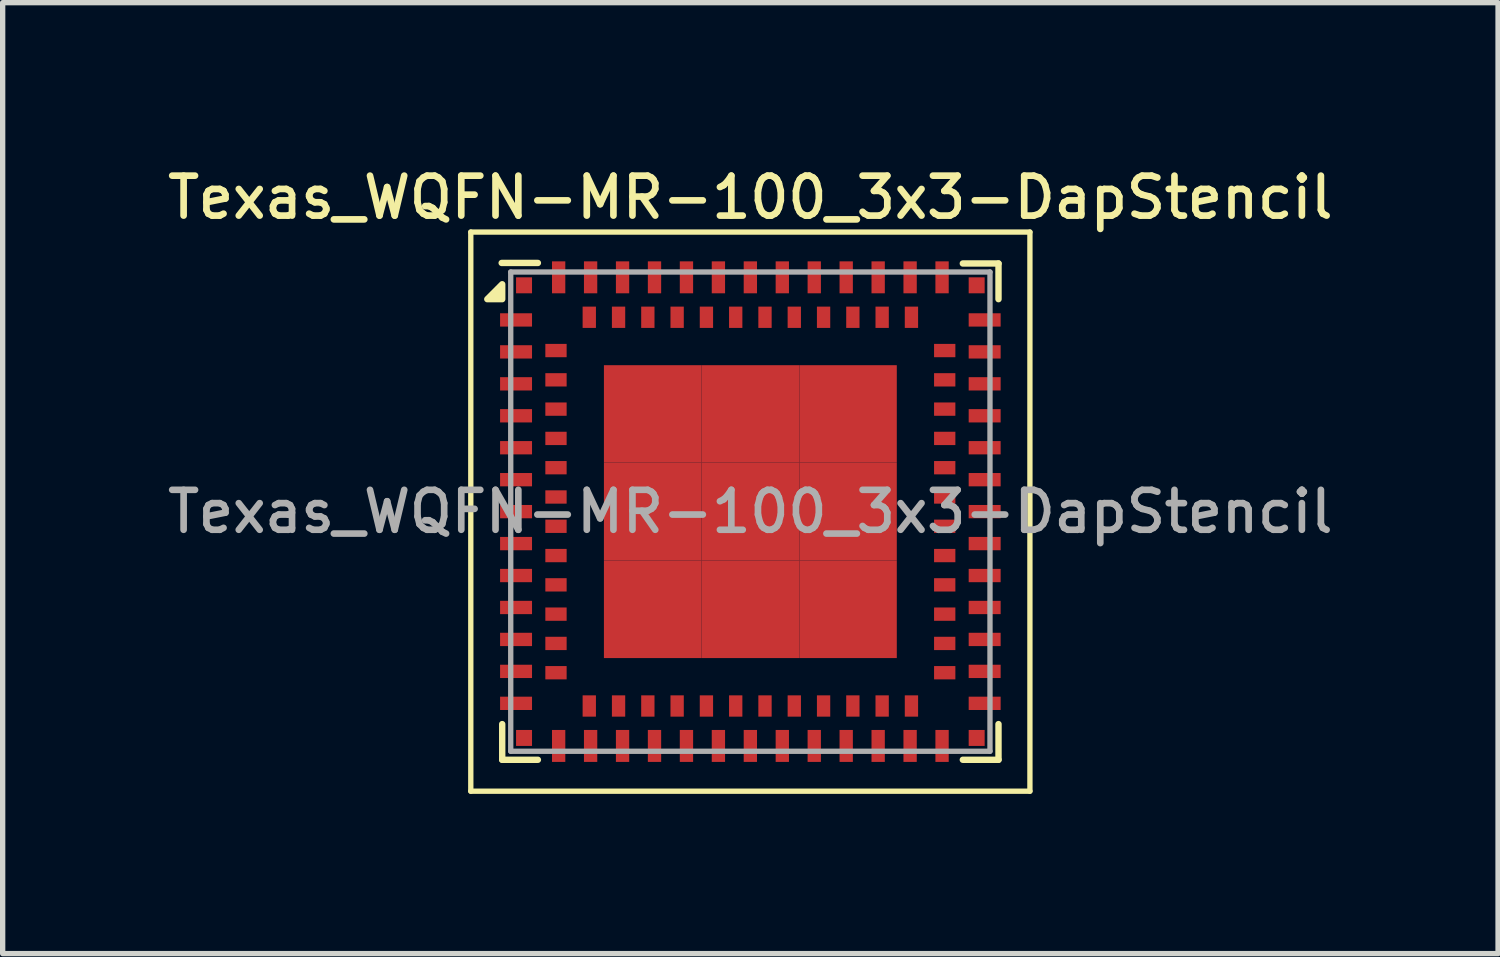
<source format=kicad_pcb>
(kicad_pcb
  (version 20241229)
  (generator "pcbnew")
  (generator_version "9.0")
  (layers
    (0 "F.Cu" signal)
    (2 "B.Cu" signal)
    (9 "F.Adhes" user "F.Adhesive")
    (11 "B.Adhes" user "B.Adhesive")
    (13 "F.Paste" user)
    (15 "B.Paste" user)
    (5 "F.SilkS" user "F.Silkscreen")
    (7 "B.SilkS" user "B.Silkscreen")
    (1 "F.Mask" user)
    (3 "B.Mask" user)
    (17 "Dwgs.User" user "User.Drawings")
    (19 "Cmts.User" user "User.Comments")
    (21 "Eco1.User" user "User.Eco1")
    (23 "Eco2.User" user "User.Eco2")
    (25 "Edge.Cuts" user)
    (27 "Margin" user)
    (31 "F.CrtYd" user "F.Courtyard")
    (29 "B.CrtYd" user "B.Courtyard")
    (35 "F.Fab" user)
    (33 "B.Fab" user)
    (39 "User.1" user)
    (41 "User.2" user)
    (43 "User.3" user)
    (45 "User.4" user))
  (footprint "Texas_WQFN-MR-100_3x3-DapStencil"
    (layer "F.Cu")
    (at 11.041 6.558)
    (property "Reference" "Texas_WQFN-MR-100_3x3-DapStencil" (at 0 -5.9 0) (layer "F.SilkS") (effects (font (size 0.75 0.75) (thickness 0.125))))
    (attr smd)
    (fp_line (start -5.25 -5.25) (end 5.25 -5.25) (stroke (width 0.1) (type solid)) (layer "F.SilkS"))
    (fp_line (start -5.25 5.25) (end -5.25 -5.25) (stroke (width 0.1) (type solid)) (layer "F.SilkS"))
    (fp_line (start -4.67 -4.67) (end -3.99 -4.67) (stroke (width 0.12) (type solid)) (layer "F.SilkS"))
    (fp_line (start -4.66 3.99) (end -4.66 4.66) (stroke (width 0.12) (type solid)) (layer "F.SilkS"))
    (fp_line (start -4.66 4.66) (end -3.99 4.66) (stroke (width 0.12) (type solid)) (layer "F.SilkS"))
    (fp_line (start 4.66 -4.66) (end 3.99 -4.66) (stroke (width 0.12) (type solid)) (layer "F.SilkS"))
    (fp_line (start 4.66 -3.99) (end 4.66 -4.66) (stroke (width 0.12) (type solid)) (layer "F.SilkS"))
    (fp_line (start 4.66 3.99) (end 4.66 4.66) (stroke (width 0.12) (type solid)) (layer "F.SilkS"))
    (fp_line (start 4.66 4.66) (end 3.99 4.66) (stroke (width 0.12) (type solid)) (layer "F.SilkS"))
    (fp_line (start 5.25 -5.25) (end 5.25 5.25) (stroke (width 0.1) (type solid)) (layer "F.SilkS"))
    (fp_line (start 5.25 5.25) (end -5.25 5.25) (stroke (width 0.1) (type solid)) (layer "F.SilkS"))
    (fp_poly (pts (xy -4.66 -3.99) (xy -4.94 -3.99) (xy -4.66 -4.27) (xy -4.66 -3.99)) (stroke (width 0.12) (type solid)) (fill yes) (layer "F.SilkS"))
    (fp_line (start -4.5 -4.5) (end -4.5 4.5) (stroke (width 0.1) (type solid)) (layer "F.Fab"))
    (fp_line (start -4.5 -4.5) (end 4.5 -4.5) (stroke (width 0.1) (type solid)) (layer "F.Fab"))
    (fp_line (start -4.5 4.5) (end 4.5 4.5) (stroke (width 0.1) (type solid)) (layer "F.Fab"))
    (fp_line (start 4.5 -4.5) (end 4.5 4.5) (stroke (width 0.1) (type solid)) (layer "F.Fab"))
    (fp_text user "${REFERENCE}" (at 0 0 0) (layer "F.Fab") (effects (font (size 0.75 0.75) (thickness 0.125))))
    (pad "A1" smd rect (at -4.4 -3.6 90) (size 0.25 0.6) (layers "F.Cu" "F.Mask" "F.Paste"))
    (pad "A2" smd rect (at -4.4 -3 90) (size 0.25 0.6) (layers "F.Cu" "F.Mask" "F.Paste"))
    (pad "A3" smd rect (at -4.4 -2.4 90) (size 0.25 0.6) (layers "F.Cu" "F.Mask" "F.Paste"))
    (pad "A4" smd rect (at -4.4 -1.8 90) (size 0.25 0.6) (layers "F.Cu" "F.Mask" "F.Paste"))
    (pad "A5" smd rect (at -4.4 -1.2 90) (size 0.25 0.6) (layers "F.Cu" "F.Mask" "F.Paste"))
    (pad "A6" smd rect (at -4.4 -0.6 90) (size 0.25 0.6) (layers "F.Cu" "F.Mask" "F.Paste"))
    (pad "A7" smd rect (at -4.4 0 90) (size 0.25 0.6) (layers "F.Cu" "F.Mask" "F.Paste"))
    (pad "A8" smd rect (at -4.4 0.6 90) (size 0.25 0.6) (layers "F.Cu" "F.Mask" "F.Paste"))
    (pad "A9" smd rect (at -4.4 1.2 90) (size 0.25 0.6) (layers "F.Cu" "F.Mask" "F.Paste"))
    (pad "A10" smd rect (at -4.4 1.8 90) (size 0.25 0.6) (layers "F.Cu" "F.Mask" "F.Paste"))
    (pad "A11" smd rect (at -4.4 2.4 90) (size 0.25 0.6) (layers "F.Cu" "F.Mask" "F.Paste"))
    (pad "A12" smd rect (at -4.4 3 90) (size 0.25 0.6) (layers "F.Cu" "F.Mask" "F.Paste"))
    (pad "A13" smd rect (at -4.4 3.6 90) (size 0.25 0.6) (layers "F.Cu" "F.Mask" "F.Paste"))
    (pad "A14" smd rect (at -3.6 4.4) (size 0.25 0.6) (layers "F.Cu" "F.Mask" "F.Paste"))
    (pad "A15" smd rect (at -3 4.4) (size 0.25 0.6) (layers "F.Cu" "F.Mask" "F.Paste"))
    (pad "A16" smd rect (at -2.4 4.4) (size 0.25 0.6) (layers "F.Cu" "F.Mask" "F.Paste"))
    (pad "A17" smd rect (at -1.8 4.4) (size 0.25 0.6) (layers "F.Cu" "F.Mask" "F.Paste"))
    (pad "A18" smd rect (at -1.2 4.4) (size 0.25 0.6) (layers "F.Cu" "F.Mask" "F.Paste"))
    (pad "A19" smd rect (at -0.6 4.4) (size 0.25 0.6) (layers "F.Cu" "F.Mask" "F.Paste"))
    (pad "A20" smd rect (at 0 4.4) (size 0.25 0.6) (layers "F.Cu" "F.Mask" "F.Paste"))
    (pad "A21" smd rect (at 0.6 4.4) (size 0.25 0.6) (layers "F.Cu" "F.Mask" "F.Paste"))
    (pad "A22" smd rect (at 1.2 4.4) (size 0.25 0.6) (layers "F.Cu" "F.Mask" "F.Paste"))
    (pad "A23" smd rect (at 1.8 4.4) (size 0.25 0.6) (layers "F.Cu" "F.Mask" "F.Paste"))
    (pad "A24" smd rect (at 2.4 4.4) (size 0.25 0.6) (layers "F.Cu" "F.Mask" "F.Paste"))
    (pad "A25" smd rect (at 3 4.4) (size 0.25 0.6) (layers "F.Cu" "F.Mask" "F.Paste"))
    (pad "A26" smd rect (at 3.6 4.4) (size 0.25 0.6) (layers "F.Cu" "F.Mask" "F.Paste"))
    (pad "A27" smd rect (at 4.4 3.6 90) (size 0.25 0.6) (layers "F.Cu" "F.Mask" "F.Paste"))
    (pad "A28" smd rect (at 4.4 3 90) (size 0.25 0.6) (layers "F.Cu" "F.Mask" "F.Paste"))
    (pad "A29" smd rect (at 4.4 2.4 90) (size 0.25 0.6) (layers "F.Cu" "F.Mask" "F.Paste"))
    (pad "A30" smd rect (at 4.4 1.8 90) (size 0.25 0.6) (layers "F.Cu" "F.Mask" "F.Paste"))
    (pad "A31" smd rect (at 4.4 1.2 90) (size 0.25 0.6) (layers "F.Cu" "F.Mask" "F.Paste"))
    (pad "A32" smd rect (at 4.4 0.6 90) (size 0.25 0.6) (layers "F.Cu" "F.Mask" "F.Paste"))
    (pad "A33" smd rect (at 4.4 0 90) (size 0.25 0.6) (layers "F.Cu" "F.Mask" "F.Paste"))
    (pad "A34" smd rect (at 4.4 -0.6 90) (size 0.25 0.6) (layers "F.Cu" "F.Mask" "F.Paste"))
    (pad "A35" smd rect (at 4.4 -1.2 90) (size 0.25 0.6) (layers "F.Cu" "F.Mask" "F.Paste"))
    (pad "A36" smd rect (at 4.4 -1.8 90) (size 0.25 0.6) (layers "F.Cu" "F.Mask" "F.Paste"))
    (pad "A37" smd rect (at 4.4 -2.4 90) (size 0.25 0.6) (layers "F.Cu" "F.Mask" "F.Paste"))
    (pad "A38" smd rect (at 4.4 -3 90) (size 0.25 0.6) (layers "F.Cu" "F.Mask" "F.Paste"))
    (pad "A39" smd rect (at 4.4 -3.6 90) (size 0.25 0.6) (layers "F.Cu" "F.Mask" "F.Paste"))
    (pad "A40" smd rect (at 3.6 -4.4) (size 0.25 0.6) (layers "F.Cu" "F.Mask" "F.Paste"))
    (pad "A41" smd rect (at 3 -4.4) (size 0.25 0.6) (layers "F.Cu" "F.Mask" "F.Paste"))
    (pad "A42" smd rect (at 2.4 -4.4) (size 0.25 0.6) (layers "F.Cu" "F.Mask" "F.Paste"))
    (pad "A43" smd rect (at 1.8 -4.4) (size 0.25 0.6) (layers "F.Cu" "F.Mask" "F.Paste"))
    (pad "A44" smd rect (at 1.2 -4.4) (size 0.25 0.6) (layers "F.Cu" "F.Mask" "F.Paste"))
    (pad "A45" smd rect (at 0.6 -4.4) (size 0.25 0.6) (layers "F.Cu" "F.Mask" "F.Paste"))
    (pad "A46" smd rect (at 0 -4.4) (size 0.25 0.6) (layers "F.Cu" "F.Mask" "F.Paste"))
    (pad "A47" smd rect (at -0.6 -4.4) (size 0.25 0.6) (layers "F.Cu" "F.Mask" "F.Paste"))
    (pad "A48" smd rect (at -1.2 -4.4) (size 0.25 0.6) (layers "F.Cu" "F.Mask" "F.Paste"))
    (pad "A49" smd rect (at -1.8 -4.4) (size 0.25 0.6) (layers "F.Cu" "F.Mask" "F.Paste"))
    (pad "A50" smd rect (at -2.4 -4.4) (size 0.25 0.6) (layers "F.Cu" "F.Mask" "F.Paste"))
    (pad "A51" smd rect (at -3 -4.4) (size 0.25 0.6) (layers "F.Cu" "F.Mask" "F.Paste"))
    (pad "A52" smd rect (at -3.6 -4.4) (size 0.25 0.6) (layers "F.Cu" "F.Mask" "F.Paste"))
    (pad "A53" smd rect (at -1.835 -1.835) (size 1.83 1.83) (layers "F.Cu" "F.Mask" "F.Paste"))
    (pad "A53" smd rect (at -1.835 0) (size 1.83 1.84) (layers "F.Cu" "F.Mask" "F.Paste"))
    (pad "A53" smd rect (at -1.835 1.835) (size 1.83 1.83) (layers "F.Cu" "F.Mask" "F.Paste"))
    (pad "A53" smd rect (at 0 -1.835) (size 1.84 1.83) (layers "F.Cu" "F.Mask" "F.Paste"))
    (pad "A53" smd rect (at 0 0) (size 1.84 1.84) (layers "F.Cu" "F.Mask" "F.Paste"))
    (pad "A53" smd rect (at 0 1.835) (size 1.84 1.83) (layers "F.Cu" "F.Mask" "F.Paste"))
    (pad "A53" smd rect (at 1.835 -1.835) (size 1.83 1.83) (layers "F.Cu" "F.Mask" "F.Paste"))
    (pad "A53" smd rect (at 1.835 0) (size 1.83 1.84) (layers "F.Cu" "F.Mask" "F.Paste"))
    (pad "A53" smd rect (at 1.835 1.835) (size 1.83 1.83) (layers "F.Cu" "F.Mask" "F.Paste"))
    (pad "B1" smd rect (at -3.65 -3.025 90) (size 0.25 0.4) (layers "F.Cu" "F.Mask" "F.Paste"))
    (pad "B2" smd rect (at -3.65 -2.475 90) (size 0.25 0.4) (layers "F.Cu" "F.Mask" "F.Paste"))
    (pad "B3" smd rect (at -3.65 -1.925 90) (size 0.25 0.4) (layers "F.Cu" "F.Mask" "F.Paste"))
    (pad "B4" smd rect (at -3.65 -1.375 90) (size 0.25 0.4) (layers "F.Cu" "F.Mask" "F.Paste"))
    (pad "B5" smd rect (at -3.65 -0.825 90) (size 0.25 0.4) (layers "F.Cu" "F.Mask" "F.Paste"))
    (pad "B6" smd rect (at -3.65 -0.275 90) (size 0.25 0.4) (layers "F.Cu" "F.Mask" "F.Paste"))
    (pad "B7" smd rect (at -3.65 0.275 90) (size 0.25 0.4) (layers "F.Cu" "F.Mask" "F.Paste"))
    (pad "B8" smd rect (at -3.65 0.825 90) (size 0.25 0.4) (layers "F.Cu" "F.Mask" "F.Paste"))
    (pad "B9" smd rect (at -3.65 1.375 90) (size 0.25 0.4) (layers "F.Cu" "F.Mask" "F.Paste"))
    (pad "B10" smd rect (at -3.65 1.925 90) (size 0.25 0.4) (layers "F.Cu" "F.Mask" "F.Paste"))
    (pad "B11" smd rect (at -3.65 2.475 90) (size 0.25 0.4) (layers "F.Cu" "F.Mask" "F.Paste"))
    (pad "B12" smd rect (at -3.65 3.025 90) (size 0.25 0.4) (layers "F.Cu" "F.Mask" "F.Paste"))
    (pad "B13" smd rect (at -3.025 3.65) (size 0.25 0.4) (layers "F.Cu" "F.Mask" "F.Paste"))
    (pad "B14" smd rect (at -2.475 3.65) (size 0.25 0.4) (layers "F.Cu" "F.Mask" "F.Paste"))
    (pad "B15" smd rect (at -1.925 3.65) (size 0.25 0.4) (layers "F.Cu" "F.Mask" "F.Paste"))
    (pad "B16" smd rect (at -1.375 3.65) (size 0.25 0.4) (layers "F.Cu" "F.Mask" "F.Paste"))
    (pad "B17" smd rect (at -0.825 3.65) (size 0.25 0.4) (layers "F.Cu" "F.Mask" "F.Paste"))
    (pad "B18" smd rect (at -0.275 3.65) (size 0.25 0.4) (layers "F.Cu" "F.Mask" "F.Paste"))
    (pad "B19" smd rect (at 0.275 3.65) (size 0.25 0.4) (layers "F.Cu" "F.Mask" "F.Paste"))
    (pad "B20" smd rect (at 0.825 3.65) (size 0.25 0.4) (layers "F.Cu" "F.Mask" "F.Paste"))
    (pad "B21" smd rect (at 1.375 3.65) (size 0.25 0.4) (layers "F.Cu" "F.Mask" "F.Paste"))
    (pad "B22" smd rect (at 1.925 3.65) (size 0.25 0.4) (layers "F.Cu" "F.Mask" "F.Paste"))
    (pad "B23" smd rect (at 2.475 3.65) (size 0.25 0.4) (layers "F.Cu" "F.Mask" "F.Paste"))
    (pad "B24" smd rect (at 3.025 3.65) (size 0.25 0.4) (layers "F.Cu" "F.Mask" "F.Paste"))
    (pad "B25" smd rect (at 3.65 3.025 90) (size 0.25 0.4) (layers "F.Cu" "F.Mask" "F.Paste"))
    (pad "B26" smd rect (at 3.65 2.475 90) (size 0.25 0.4) (layers "F.Cu" "F.Mask" "F.Paste"))
    (pad "B27" smd rect (at 3.65 1.925 90) (size 0.25 0.4) (layers "F.Cu" "F.Mask" "F.Paste"))
    (pad "B28" smd rect (at 3.65 1.375 90) (size 0.25 0.4) (layers "F.Cu" "F.Mask" "F.Paste"))
    (pad "B29" smd rect (at 3.65 0.825 90) (size 0.25 0.4) (layers "F.Cu" "F.Mask" "F.Paste"))
    (pad "B30" smd rect (at 3.65 0.275 90) (size 0.25 0.4) (layers "F.Cu" "F.Mask" "F.Paste"))
    (pad "B31" smd rect (at 3.65 -0.275 90) (size 0.25 0.4) (layers "F.Cu" "F.Mask" "F.Paste"))
    (pad "B32" smd rect (at 3.65 -0.825 90) (size 0.25 0.4) (layers "F.Cu" "F.Mask" "F.Paste"))
    (pad "B33" smd rect (at 3.65 -1.375 90) (size 0.25 0.4) (layers "F.Cu" "F.Mask" "F.Paste"))
    (pad "B34" smd rect (at 3.65 -1.925 90) (size 0.25 0.4) (layers "F.Cu" "F.Mask" "F.Paste"))
    (pad "B35" smd rect (at 3.65 -2.475 90) (size 0.25 0.4) (layers "F.Cu" "F.Mask" "F.Paste"))
    (pad "B36" smd rect (at 3.65 -3.025 90) (size 0.25 0.4) (layers "F.Cu" "F.Mask" "F.Paste"))
    (pad "B37" smd rect (at 3.025 -3.65) (size 0.25 0.4) (layers "F.Cu" "F.Mask" "F.Paste"))
    (pad "B38" smd rect (at 2.475 -3.65) (size 0.25 0.4) (layers "F.Cu" "F.Mask" "F.Paste"))
    (pad "B39" smd rect (at 1.925 -3.65) (size 0.25 0.4) (layers "F.Cu" "F.Mask" "F.Paste"))
    (pad "B40" smd rect (at 1.375 -3.65) (size 0.25 0.4) (layers "F.Cu" "F.Mask" "F.Paste"))
    (pad "B41" smd rect (at 0.825 -3.65) (size 0.25 0.4) (layers "F.Cu" "F.Mask" "F.Paste"))
    (pad "B42" smd rect (at 0.275 -3.65) (size 0.25 0.4) (layers "F.Cu" "F.Mask" "F.Paste"))
    (pad "B43" smd rect (at -0.275 -3.65) (size 0.25 0.4) (layers "F.Cu" "F.Mask" "F.Paste"))
    (pad "B44" smd rect (at -0.825 -3.65) (size 0.25 0.4) (layers "F.Cu" "F.Mask" "F.Paste"))
    (pad "B45" smd rect (at -1.375 -3.65) (size 0.25 0.4) (layers "F.Cu" "F.Mask" "F.Paste"))
    (pad "B46" smd rect (at -1.925 -3.65) (size 0.25 0.4) (layers "F.Cu" "F.Mask" "F.Paste"))
    (pad "B47" smd rect (at -2.475 -3.65) (size 0.25 0.4) (layers "F.Cu" "F.Mask" "F.Paste"))
    (pad "B48" smd rect (at -3.025 -3.65) (size 0.25 0.4) (layers "F.Cu" "F.Mask" "F.Paste"))
    (pad "C1" smd rect (at -4.25 -4.25) (size 0.3 0.3) (layers "F.Cu" "F.Mask" "F.Paste"))
    (pad "C2" smd rect (at -4.25 4.25) (size 0.3 0.3) (layers "F.Cu" "F.Mask" "F.Paste"))
    (pad "C3" smd rect (at 4.25 4.25) (size 0.3 0.3) (layers "F.Cu" "F.Mask" "F.Paste"))
    (pad "C4" smd rect (at 4.25 -4.25) (size 0.3 0.3) (layers "F.Cu" "F.Mask" "F.Paste")))
  (gr_rect
    (start -3 -3)
    (end 25.082 14.858)
    (stroke (width 0.1) (type default))
    (fill no)
    (layer "Edge.Cuts")))
</source>
